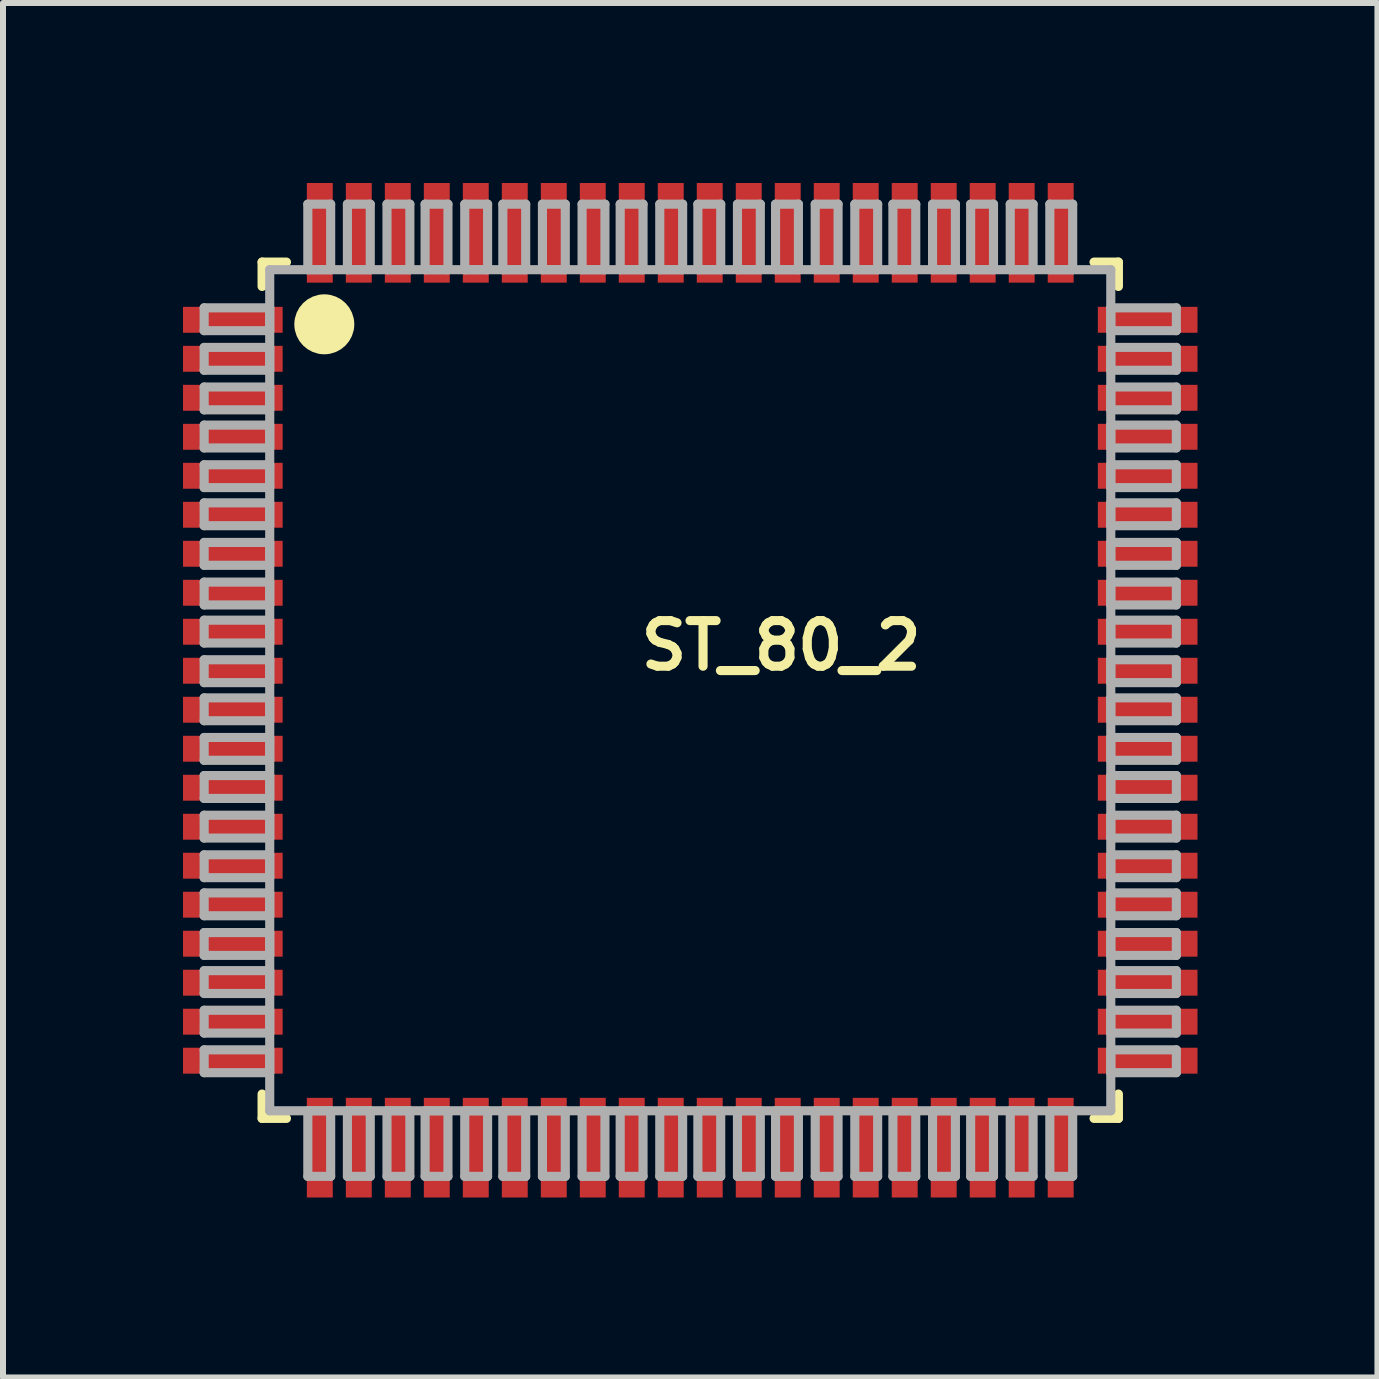
<source format=kicad_pcb>
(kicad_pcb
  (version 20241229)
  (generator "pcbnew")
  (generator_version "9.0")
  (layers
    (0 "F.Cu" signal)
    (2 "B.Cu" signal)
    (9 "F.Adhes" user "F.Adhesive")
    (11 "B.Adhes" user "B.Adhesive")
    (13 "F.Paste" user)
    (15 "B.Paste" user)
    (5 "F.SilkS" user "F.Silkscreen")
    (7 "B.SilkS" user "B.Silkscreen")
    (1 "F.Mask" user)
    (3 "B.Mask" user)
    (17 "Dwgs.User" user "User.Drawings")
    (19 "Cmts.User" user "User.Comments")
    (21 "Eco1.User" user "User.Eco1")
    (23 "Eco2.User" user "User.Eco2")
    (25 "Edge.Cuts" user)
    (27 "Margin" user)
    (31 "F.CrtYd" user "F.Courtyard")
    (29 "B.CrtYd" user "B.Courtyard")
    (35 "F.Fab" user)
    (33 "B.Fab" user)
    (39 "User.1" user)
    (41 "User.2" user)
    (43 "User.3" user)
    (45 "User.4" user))
  (footprint "ST_80_2"
    (layer "F.Cu")
    (at 8.456 8.456)
    (property "Reference" "ST_80_2" (at -0.9 -0.3 0) (layer "F.SilkS") (effects (font (size 0.76 0.76) (thickness 0.152)) (justify left bottom)))
    (attr through_hole)
    (fp_line (start -7.137 -7.137) (end -7.137 -6.731) (stroke (width 0.152) (type solid)) (layer "F.SilkS"))
    (fp_line (start -7.137 6.731) (end -7.137 7.137) (stroke (width 0.152) (type solid)) (layer "F.SilkS"))
    (fp_line (start -7.137 7.137) (end -6.731 7.137) (stroke (width 0.152) (type solid)) (layer "F.SilkS"))
    (fp_line (start -6.731 -7.137) (end -7.137 -7.137) (stroke (width 0.152) (type solid)) (layer "F.SilkS"))
    (fp_line (start 6.731 7.137) (end 7.137 7.137) (stroke (width 0.152) (type solid)) (layer "F.SilkS"))
    (fp_line (start 7.137 -7.137) (end 6.731 -7.137) (stroke (width 0.152) (type solid)) (layer "F.SilkS"))
    (fp_line (start 7.137 -6.731) (end 7.137 -7.137) (stroke (width 0.152) (type solid)) (layer "F.SilkS"))
    (fp_line (start 7.137 7.137) (end 7.137 6.731) (stroke (width 0.152) (type solid)) (layer "F.SilkS"))
    (fp_circle (center -6.1 -6.1) (end -5.85 -6.1) (stroke (width 0.5) (type solid)) (fill no) (layer "F.SilkS"))
    (fp_line (start -8.103 -6.375) (end -8.103 -5.994) (stroke (width 0.152) (type solid)) (layer "F.Fab"))
    (fp_line (start -8.103 -5.994) (end -7.01 -5.994) (stroke (width 0.152) (type solid)) (layer "F.Fab"))
    (fp_line (start -8.103 -5.715) (end -8.103 -5.334) (stroke (width 0.152) (type solid)) (layer "F.Fab"))
    (fp_line (start -8.103 -5.334) (end -7.01 -5.334) (stroke (width 0.152) (type solid)) (layer "F.Fab"))
    (fp_line (start -8.103 -5.055) (end -8.103 -4.674) (stroke (width 0.152) (type solid)) (layer "F.Fab"))
    (fp_line (start -8.103 -4.674) (end -7.01 -4.674) (stroke (width 0.152) (type solid)) (layer "F.Fab"))
    (fp_line (start -8.103 -4.42) (end -8.103 -4.039) (stroke (width 0.152) (type solid)) (layer "F.Fab"))
    (fp_line (start -8.103 -4.039) (end -7.01 -4.039) (stroke (width 0.152) (type solid)) (layer "F.Fab"))
    (fp_line (start -8.103 -3.759) (end -8.103 -3.378) (stroke (width 0.152) (type solid)) (layer "F.Fab"))
    (fp_line (start -8.103 -3.378) (end -7.01 -3.378) (stroke (width 0.152) (type solid)) (layer "F.Fab"))
    (fp_line (start -8.103 -3.124) (end -8.103 -2.743) (stroke (width 0.152) (type solid)) (layer "F.Fab"))
    (fp_line (start -8.103 -2.743) (end -7.01 -2.743) (stroke (width 0.152) (type solid)) (layer "F.Fab"))
    (fp_line (start -8.103 -2.464) (end -8.103 -2.083) (stroke (width 0.152) (type solid)) (layer "F.Fab"))
    (fp_line (start -8.103 -2.083) (end -7.01 -2.083) (stroke (width 0.152) (type solid)) (layer "F.Fab"))
    (fp_line (start -8.103 -1.803) (end -8.103 -1.422) (stroke (width 0.152) (type solid)) (layer "F.Fab"))
    (fp_line (start -8.103 -1.422) (end -7.01 -1.422) (stroke (width 0.152) (type solid)) (layer "F.Fab"))
    (fp_line (start -8.103 -1.168) (end -8.103 -0.787) (stroke (width 0.152) (type solid)) (layer "F.Fab"))
    (fp_line (start -8.103 -0.787) (end -7.01 -0.787) (stroke (width 0.152) (type solid)) (layer "F.Fab"))
    (fp_line (start -8.103 -0.508) (end -8.103 -0.127) (stroke (width 0.152) (type solid)) (layer "F.Fab"))
    (fp_line (start -8.103 -0.127) (end -7.01 -0.127) (stroke (width 0.152) (type solid)) (layer "F.Fab"))
    (fp_line (start -8.103 0.127) (end -8.103 0.508) (stroke (width 0.152) (type solid)) (layer "F.Fab"))
    (fp_line (start -8.103 0.508) (end -7.01 0.508) (stroke (width 0.152) (type solid)) (layer "F.Fab"))
    (fp_line (start -8.103 0.787) (end -8.103 1.168) (stroke (width 0.152) (type solid)) (layer "F.Fab"))
    (fp_line (start -8.103 1.168) (end -7.01 1.168) (stroke (width 0.152) (type solid)) (layer "F.Fab"))
    (fp_line (start -8.103 1.422) (end -8.103 1.803) (stroke (width 0.152) (type solid)) (layer "F.Fab"))
    (fp_line (start -8.103 1.803) (end -7.01 1.803) (stroke (width 0.152) (type solid)) (layer "F.Fab"))
    (fp_line (start -8.103 2.083) (end -8.103 2.464) (stroke (width 0.152) (type solid)) (layer "F.Fab"))
    (fp_line (start -8.103 2.464) (end -7.01 2.464) (stroke (width 0.152) (type solid)) (layer "F.Fab"))
    (fp_line (start -8.103 2.743) (end -8.103 3.124) (stroke (width 0.152) (type solid)) (layer "F.Fab"))
    (fp_line (start -8.103 3.124) (end -7.01 3.124) (stroke (width 0.152) (type solid)) (layer "F.Fab"))
    (fp_line (start -8.103 3.378) (end -8.103 3.759) (stroke (width 0.152) (type solid)) (layer "F.Fab"))
    (fp_line (start -8.103 3.759) (end -7.01 3.759) (stroke (width 0.152) (type solid)) (layer "F.Fab"))
    (fp_line (start -8.103 4.039) (end -8.103 4.42) (stroke (width 0.152) (type solid)) (layer "F.Fab"))
    (fp_line (start -8.103 4.42) (end -7.01 4.42) (stroke (width 0.152) (type solid)) (layer "F.Fab"))
    (fp_line (start -8.103 4.674) (end -8.103 5.055) (stroke (width 0.152) (type solid)) (layer "F.Fab"))
    (fp_line (start -8.103 5.055) (end -7.01 5.055) (stroke (width 0.152) (type solid)) (layer "F.Fab"))
    (fp_line (start -8.103 5.334) (end -8.103 5.715) (stroke (width 0.152) (type solid)) (layer "F.Fab"))
    (fp_line (start -8.103 5.715) (end -7.01 5.715) (stroke (width 0.152) (type solid)) (layer "F.Fab"))
    (fp_line (start -8.103 5.994) (end -8.103 6.375) (stroke (width 0.152) (type solid)) (layer "F.Fab"))
    (fp_line (start -8.103 6.375) (end -7.01 6.375) (stroke (width 0.152) (type solid)) (layer "F.Fab"))
    (fp_line (start -7.01 -7.01) (end -7.01 7.01) (stroke (width 0.152) (type solid)) (layer "F.Fab"))
    (fp_line (start -7.01 -6.375) (end -8.103 -6.375) (stroke (width 0.152) (type solid)) (layer "F.Fab"))
    (fp_line (start -7.01 -5.994) (end -7.01 -6.375) (stroke (width 0.152) (type solid)) (layer "F.Fab"))
    (fp_line (start -7.01 -5.715) (end -8.103 -5.715) (stroke (width 0.152) (type solid)) (layer "F.Fab"))
    (fp_line (start -7.01 -5.334) (end -7.01 -5.715) (stroke (width 0.152) (type solid)) (layer "F.Fab"))
    (fp_line (start -7.01 -5.055) (end -8.103 -5.055) (stroke (width 0.152) (type solid)) (layer "F.Fab"))
    (fp_line (start -7.01 -4.674) (end -7.01 -5.055) (stroke (width 0.152) (type solid)) (layer "F.Fab"))
    (fp_line (start -7.01 -4.42) (end -8.103 -4.42) (stroke (width 0.152) (type solid)) (layer "F.Fab"))
    (fp_line (start -7.01 -4.039) (end -7.01 -4.42) (stroke (width 0.152) (type solid)) (layer "F.Fab"))
    (fp_line (start -7.01 -3.759) (end -8.103 -3.759) (stroke (width 0.152) (type solid)) (layer "F.Fab"))
    (fp_line (start -7.01 -3.378) (end -7.01 -3.759) (stroke (width 0.152) (type solid)) (layer "F.Fab"))
    (fp_line (start -7.01 -3.124) (end -8.103 -3.124) (stroke (width 0.152) (type solid)) (layer "F.Fab"))
    (fp_line (start -7.01 -2.743) (end -7.01 -3.124) (stroke (width 0.152) (type solid)) (layer "F.Fab"))
    (fp_line (start -7.01 -2.464) (end -8.103 -2.464) (stroke (width 0.152) (type solid)) (layer "F.Fab"))
    (fp_line (start -7.01 -2.083) (end -7.01 -2.464) (stroke (width 0.152) (type solid)) (layer "F.Fab"))
    (fp_line (start -7.01 -1.803) (end -8.103 -1.803) (stroke (width 0.152) (type solid)) (layer "F.Fab"))
    (fp_line (start -7.01 -1.422) (end -7.01 -1.803) (stroke (width 0.152) (type solid)) (layer "F.Fab"))
    (fp_line (start -7.01 -1.168) (end -8.103 -1.168) (stroke (width 0.152) (type solid)) (layer "F.Fab"))
    (fp_line (start -7.01 -0.787) (end -7.01 -1.168) (stroke (width 0.152) (type solid)) (layer "F.Fab"))
    (fp_line (start -7.01 -0.508) (end -8.103 -0.508) (stroke (width 0.152) (type solid)) (layer "F.Fab"))
    (fp_line (start -7.01 -0.127) (end -7.01 -0.508) (stroke (width 0.152) (type solid)) (layer "F.Fab"))
    (fp_line (start -7.01 0.127) (end -8.103 0.127) (stroke (width 0.152) (type solid)) (layer "F.Fab"))
    (fp_line (start -7.01 0.508) (end -7.01 0.127) (stroke (width 0.152) (type solid)) (layer "F.Fab"))
    (fp_line (start -7.01 0.787) (end -8.103 0.787) (stroke (width 0.152) (type solid)) (layer "F.Fab"))
    (fp_line (start -7.01 1.168) (end -7.01 0.787) (stroke (width 0.152) (type solid)) (layer "F.Fab"))
    (fp_line (start -7.01 1.422) (end -8.103 1.422) (stroke (width 0.152) (type solid)) (layer "F.Fab"))
    (fp_line (start -7.01 1.803) (end -7.01 1.422) (stroke (width 0.152) (type solid)) (layer "F.Fab"))
    (fp_line (start -7.01 2.083) (end -8.103 2.083) (stroke (width 0.152) (type solid)) (layer "F.Fab"))
    (fp_line (start -7.01 2.464) (end -7.01 2.083) (stroke (width 0.152) (type solid)) (layer "F.Fab"))
    (fp_line (start -7.01 2.743) (end -8.103 2.743) (stroke (width 0.152) (type solid)) (layer "F.Fab"))
    (fp_line (start -7.01 3.124) (end -7.01 2.743) (stroke (width 0.152) (type solid)) (layer "F.Fab"))
    (fp_line (start -7.01 3.378) (end -8.103 3.378) (stroke (width 0.152) (type solid)) (layer "F.Fab"))
    (fp_line (start -7.01 3.759) (end -7.01 3.378) (stroke (width 0.152) (type solid)) (layer "F.Fab"))
    (fp_line (start -7.01 4.039) (end -8.103 4.039) (stroke (width 0.152) (type solid)) (layer "F.Fab"))
    (fp_line (start -7.01 4.42) (end -7.01 4.039) (stroke (width 0.152) (type solid)) (layer "F.Fab"))
    (fp_line (start -7.01 4.674) (end -8.103 4.674) (stroke (width 0.152) (type solid)) (layer "F.Fab"))
    (fp_line (start -7.01 5.055) (end -7.01 4.674) (stroke (width 0.152) (type solid)) (layer "F.Fab"))
    (fp_line (start -7.01 5.334) (end -8.103 5.334) (stroke (width 0.152) (type solid)) (layer "F.Fab"))
    (fp_line (start -7.01 5.715) (end -7.01 5.334) (stroke (width 0.152) (type solid)) (layer "F.Fab"))
    (fp_line (start -7.01 5.994) (end -8.103 5.994) (stroke (width 0.152) (type solid)) (layer "F.Fab"))
    (fp_line (start -7.01 6.375) (end -7.01 5.994) (stroke (width 0.152) (type solid)) (layer "F.Fab"))
    (fp_line (start -7.01 7.01) (end 7.01 7.01) (stroke (width 0.152) (type solid)) (layer "F.Fab"))
    (fp_line (start -6.375 -8.103) (end -6.375 -7.01) (stroke (width 0.152) (type solid)) (layer "F.Fab"))
    (fp_line (start -6.375 -7.01) (end -5.994 -7.01) (stroke (width 0.152) (type solid)) (layer "F.Fab"))
    (fp_line (start -6.375 7.01) (end -6.375 8.103) (stroke (width 0.152) (type solid)) (layer "F.Fab"))
    (fp_line (start -6.375 8.103) (end -5.994 8.103) (stroke (width 0.152) (type solid)) (layer "F.Fab"))
    (fp_line (start -5.994 -8.103) (end -6.375 -8.103) (stroke (width 0.152) (type solid)) (layer "F.Fab"))
    (fp_line (start -5.994 -7.01) (end -5.994 -8.103) (stroke (width 0.152) (type solid)) (layer "F.Fab"))
    (fp_line (start -5.994 7.01) (end -6.375 7.01) (stroke (width 0.152) (type solid)) (layer "F.Fab"))
    (fp_line (start -5.994 8.103) (end -5.994 7.01) (stroke (width 0.152) (type solid)) (layer "F.Fab"))
    (fp_line (start -5.715 -8.103) (end -5.715 -7.01) (stroke (width 0.152) (type solid)) (layer "F.Fab"))
    (fp_line (start -5.715 -7.01) (end -5.334 -7.01) (stroke (width 0.152) (type solid)) (layer "F.Fab"))
    (fp_line (start -5.715 7.01) (end -5.715 8.103) (stroke (width 0.152) (type solid)) (layer "F.Fab"))
    (fp_line (start -5.715 8.103) (end -5.334 8.103) (stroke (width 0.152) (type solid)) (layer "F.Fab"))
    (fp_line (start -5.334 -8.103) (end -5.715 -8.103) (stroke (width 0.152) (type solid)) (layer "F.Fab"))
    (fp_line (start -5.334 -7.01) (end -5.334 -8.103) (stroke (width 0.152) (type solid)) (layer "F.Fab"))
    (fp_line (start -5.334 7.01) (end -5.715 7.01) (stroke (width 0.152) (type solid)) (layer "F.Fab"))
    (fp_line (start -5.334 8.103) (end -5.334 7.01) (stroke (width 0.152) (type solid)) (layer "F.Fab"))
    (fp_line (start -5.055 -8.103) (end -5.055 -7.01) (stroke (width 0.152) (type solid)) (layer "F.Fab"))
    (fp_line (start -5.055 -7.01) (end -4.674 -7.01) (stroke (width 0.152) (type solid)) (layer "F.Fab"))
    (fp_line (start -5.055 7.01) (end -5.055 8.103) (stroke (width 0.152) (type solid)) (layer "F.Fab"))
    (fp_line (start -5.055 8.103) (end -4.674 8.103) (stroke (width 0.152) (type solid)) (layer "F.Fab"))
    (fp_line (start -4.674 -8.103) (end -5.055 -8.103) (stroke (width 0.152) (type solid)) (layer "F.Fab"))
    (fp_line (start -4.674 -7.01) (end -4.674 -8.103) (stroke (width 0.152) (type solid)) (layer "F.Fab"))
    (fp_line (start -4.674 7.01) (end -5.055 7.01) (stroke (width 0.152) (type solid)) (layer "F.Fab"))
    (fp_line (start -4.674 8.103) (end -4.674 7.01) (stroke (width 0.152) (type solid)) (layer "F.Fab"))
    (fp_line (start -4.42 -8.103) (end -4.42 -7.01) (stroke (width 0.152) (type solid)) (layer "F.Fab"))
    (fp_line (start -4.42 -7.01) (end -4.039 -7.01) (stroke (width 0.152) (type solid)) (layer "F.Fab"))
    (fp_line (start -4.42 7.01) (end -4.42 8.103) (stroke (width 0.152) (type solid)) (layer "F.Fab"))
    (fp_line (start -4.42 8.103) (end -4.039 8.103) (stroke (width 0.152) (type solid)) (layer "F.Fab"))
    (fp_line (start -4.039 -8.103) (end -4.42 -8.103) (stroke (width 0.152) (type solid)) (layer "F.Fab"))
    (fp_line (start -4.039 -7.01) (end -4.039 -8.103) (stroke (width 0.152) (type solid)) (layer "F.Fab"))
    (fp_line (start -4.039 7.01) (end -4.42 7.01) (stroke (width 0.152) (type solid)) (layer "F.Fab"))
    (fp_line (start -4.039 8.103) (end -4.039 7.01) (stroke (width 0.152) (type solid)) (layer "F.Fab"))
    (fp_line (start -3.759 -8.103) (end -3.759 -7.01) (stroke (width 0.152) (type solid)) (layer "F.Fab"))
    (fp_line (start -3.759 -7.01) (end -3.378 -7.01) (stroke (width 0.152) (type solid)) (layer "F.Fab"))
    (fp_line (start -3.759 7.01) (end -3.759 8.103) (stroke (width 0.152) (type solid)) (layer "F.Fab"))
    (fp_line (start -3.759 8.103) (end -3.378 8.103) (stroke (width 0.152) (type solid)) (layer "F.Fab"))
    (fp_line (start -3.378 -8.103) (end -3.759 -8.103) (stroke (width 0.152) (type solid)) (layer "F.Fab"))
    (fp_line (start -3.378 -7.01) (end -3.378 -8.103) (stroke (width 0.152) (type solid)) (layer "F.Fab"))
    (fp_line (start -3.378 7.01) (end -3.759 7.01) (stroke (width 0.152) (type solid)) (layer "F.Fab"))
    (fp_line (start -3.378 8.103) (end -3.378 7.01) (stroke (width 0.152) (type solid)) (layer "F.Fab"))
    (fp_line (start -3.124 -8.103) (end -3.124 -7.01) (stroke (width 0.152) (type solid)) (layer "F.Fab"))
    (fp_line (start -3.124 -7.01) (end -2.743 -7.01) (stroke (width 0.152) (type solid)) (layer "F.Fab"))
    (fp_line (start -3.124 7.01) (end -3.124 8.103) (stroke (width 0.152) (type solid)) (layer "F.Fab"))
    (fp_line (start -3.124 8.103) (end -2.743 8.103) (stroke (width 0.152) (type solid)) (layer "F.Fab"))
    (fp_line (start -2.743 -8.103) (end -3.124 -8.103) (stroke (width 0.152) (type solid)) (layer "F.Fab"))
    (fp_line (start -2.743 -7.01) (end -2.743 -8.103) (stroke (width 0.152) (type solid)) (layer "F.Fab"))
    (fp_line (start -2.743 7.01) (end -3.124 7.01) (stroke (width 0.152) (type solid)) (layer "F.Fab"))
    (fp_line (start -2.743 8.103) (end -2.743 7.01) (stroke (width 0.152) (type solid)) (layer "F.Fab"))
    (fp_line (start -2.464 -8.103) (end -2.464 -7.01) (stroke (width 0.152) (type solid)) (layer "F.Fab"))
    (fp_line (start -2.464 -7.01) (end -2.083 -7.01) (stroke (width 0.152) (type solid)) (layer "F.Fab"))
    (fp_line (start -2.464 7.01) (end -2.464 8.103) (stroke (width 0.152) (type solid)) (layer "F.Fab"))
    (fp_line (start -2.464 8.103) (end -2.083 8.103) (stroke (width 0.152) (type solid)) (layer "F.Fab"))
    (fp_line (start -2.083 -8.103) (end -2.464 -8.103) (stroke (width 0.152) (type solid)) (layer "F.Fab"))
    (fp_line (start -2.083 -7.01) (end -2.083 -8.103) (stroke (width 0.152) (type solid)) (layer "F.Fab"))
    (fp_line (start -2.083 7.01) (end -2.464 7.01) (stroke (width 0.152) (type solid)) (layer "F.Fab"))
    (fp_line (start -2.083 8.103) (end -2.083 7.01) (stroke (width 0.152) (type solid)) (layer "F.Fab"))
    (fp_line (start -1.803 -8.103) (end -1.803 -7.01) (stroke (width 0.152) (type solid)) (layer "F.Fab"))
    (fp_line (start -1.803 -7.01) (end -1.422 -7.01) (stroke (width 0.152) (type solid)) (layer "F.Fab"))
    (fp_line (start -1.803 7.01) (end -1.803 8.103) (stroke (width 0.152) (type solid)) (layer "F.Fab"))
    (fp_line (start -1.803 8.103) (end -1.422 8.103) (stroke (width 0.152) (type solid)) (layer "F.Fab"))
    (fp_line (start -1.422 -8.103) (end -1.803 -8.103) (stroke (width 0.152) (type solid)) (layer "F.Fab"))
    (fp_line (start -1.422 -7.01) (end -1.422 -8.103) (stroke (width 0.152) (type solid)) (layer "F.Fab"))
    (fp_line (start -1.422 7.01) (end -1.803 7.01) (stroke (width 0.152) (type solid)) (layer "F.Fab"))
    (fp_line (start -1.422 8.103) (end -1.422 7.01) (stroke (width 0.152) (type solid)) (layer "F.Fab"))
    (fp_line (start -1.168 -8.103) (end -1.168 -7.01) (stroke (width 0.152) (type solid)) (layer "F.Fab"))
    (fp_line (start -1.168 -7.01) (end -0.787 -7.01) (stroke (width 0.152) (type solid)) (layer "F.Fab"))
    (fp_line (start -1.168 7.01) (end -1.168 8.103) (stroke (width 0.152) (type solid)) (layer "F.Fab"))
    (fp_line (start -1.168 8.103) (end -0.787 8.103) (stroke (width 0.152) (type solid)) (layer "F.Fab"))
    (fp_line (start -0.787 -8.103) (end -1.168 -8.103) (stroke (width 0.152) (type solid)) (layer "F.Fab"))
    (fp_line (start -0.787 -7.01) (end -0.787 -8.103) (stroke (width 0.152) (type solid)) (layer "F.Fab"))
    (fp_line (start -0.787 7.01) (end -1.168 7.01) (stroke (width 0.152) (type solid)) (layer "F.Fab"))
    (fp_line (start -0.787 8.103) (end -0.787 7.01) (stroke (width 0.152) (type solid)) (layer "F.Fab"))
    (fp_line (start -0.508 -8.103) (end -0.508 -7.01) (stroke (width 0.152) (type solid)) (layer "F.Fab"))
    (fp_line (start -0.508 -7.01) (end -0.127 -7.01) (stroke (width 0.152) (type solid)) (layer "F.Fab"))
    (fp_line (start -0.508 7.01) (end -0.508 8.103) (stroke (width 0.152) (type solid)) (layer "F.Fab"))
    (fp_line (start -0.508 8.103) (end -0.127 8.103) (stroke (width 0.152) (type solid)) (layer "F.Fab"))
    (fp_line (start -0.127 -8.103) (end -0.508 -8.103) (stroke (width 0.152) (type solid)) (layer "F.Fab"))
    (fp_line (start -0.127 -7.01) (end -0.127 -8.103) (stroke (width 0.152) (type solid)) (layer "F.Fab"))
    (fp_line (start -0.127 7.01) (end -0.508 7.01) (stroke (width 0.152) (type solid)) (layer "F.Fab"))
    (fp_line (start -0.127 8.103) (end -0.127 7.01) (stroke (width 0.152) (type solid)) (layer "F.Fab"))
    (fp_line (start 0.127 -8.103) (end 0.127 -7.01) (stroke (width 0.152) (type solid)) (layer "F.Fab"))
    (fp_line (start 0.127 -7.01) (end 0.508 -7.01) (stroke (width 0.152) (type solid)) (layer "F.Fab"))
    (fp_line (start 0.127 7.01) (end 0.127 8.103) (stroke (width 0.152) (type solid)) (layer "F.Fab"))
    (fp_line (start 0.127 8.103) (end 0.508 8.103) (stroke (width 0.152) (type solid)) (layer "F.Fab"))
    (fp_line (start 0.508 -8.103) (end 0.127 -8.103) (stroke (width 0.152) (type solid)) (layer "F.Fab"))
    (fp_line (start 0.508 -7.01) (end 0.508 -8.103) (stroke (width 0.152) (type solid)) (layer "F.Fab"))
    (fp_line (start 0.508 7.01) (end 0.127 7.01) (stroke (width 0.152) (type solid)) (layer "F.Fab"))
    (fp_line (start 0.508 8.103) (end 0.508 7.01) (stroke (width 0.152) (type solid)) (layer "F.Fab"))
    (fp_line (start 0.787 -8.103) (end 0.787 -7.01) (stroke (width 0.152) (type solid)) (layer "F.Fab"))
    (fp_line (start 0.787 -7.01) (end 1.168 -7.01) (stroke (width 0.152) (type solid)) (layer "F.Fab"))
    (fp_line (start 0.787 7.01) (end 0.787 8.103) (stroke (width 0.152) (type solid)) (layer "F.Fab"))
    (fp_line (start 0.787 8.103) (end 1.168 8.103) (stroke (width 0.152) (type solid)) (layer "F.Fab"))
    (fp_line (start 1.168 -8.103) (end 0.787 -8.103) (stroke (width 0.152) (type solid)) (layer "F.Fab"))
    (fp_line (start 1.168 -7.01) (end 1.168 -8.103) (stroke (width 0.152) (type solid)) (layer "F.Fab"))
    (fp_line (start 1.168 7.01) (end 0.787 7.01) (stroke (width 0.152) (type solid)) (layer "F.Fab"))
    (fp_line (start 1.168 8.103) (end 1.168 7.01) (stroke (width 0.152) (type solid)) (layer "F.Fab"))
    (fp_line (start 1.422 -8.103) (end 1.422 -7.01) (stroke (width 0.152) (type solid)) (layer "F.Fab"))
    (fp_line (start 1.422 -7.01) (end 1.803 -7.01) (stroke (width 0.152) (type solid)) (layer "F.Fab"))
    (fp_line (start 1.422 7.01) (end 1.422 8.103) (stroke (width 0.152) (type solid)) (layer "F.Fab"))
    (fp_line (start 1.422 8.103) (end 1.803 8.103) (stroke (width 0.152) (type solid)) (layer "F.Fab"))
    (fp_line (start 1.803 -8.103) (end 1.422 -8.103) (stroke (width 0.152) (type solid)) (layer "F.Fab"))
    (fp_line (start 1.803 -7.01) (end 1.803 -8.103) (stroke (width 0.152) (type solid)) (layer "F.Fab"))
    (fp_line (start 1.803 7.01) (end 1.422 7.01) (stroke (width 0.152) (type solid)) (layer "F.Fab"))
    (fp_line (start 1.803 8.103) (end 1.803 7.01) (stroke (width 0.152) (type solid)) (layer "F.Fab"))
    (fp_line (start 2.083 -8.103) (end 2.083 -7.01) (stroke (width 0.152) (type solid)) (layer "F.Fab"))
    (fp_line (start 2.083 -7.01) (end 2.464 -7.01) (stroke (width 0.152) (type solid)) (layer "F.Fab"))
    (fp_line (start 2.083 7.01) (end 2.083 8.103) (stroke (width 0.152) (type solid)) (layer "F.Fab"))
    (fp_line (start 2.083 8.103) (end 2.464 8.103) (stroke (width 0.152) (type solid)) (layer "F.Fab"))
    (fp_line (start 2.464 -8.103) (end 2.083 -8.103) (stroke (width 0.152) (type solid)) (layer "F.Fab"))
    (fp_line (start 2.464 -7.01) (end 2.464 -8.103) (stroke (width 0.152) (type solid)) (layer "F.Fab"))
    (fp_line (start 2.464 7.01) (end 2.083 7.01) (stroke (width 0.152) (type solid)) (layer "F.Fab"))
    (fp_line (start 2.464 8.103) (end 2.464 7.01) (stroke (width 0.152) (type solid)) (layer "F.Fab"))
    (fp_line (start 2.743 -8.103) (end 2.743 -7.01) (stroke (width 0.152) (type solid)) (layer "F.Fab"))
    (fp_line (start 2.743 -7.01) (end 3.124 -7.01) (stroke (width 0.152) (type solid)) (layer "F.Fab"))
    (fp_line (start 2.743 7.01) (end 2.743 8.103) (stroke (width 0.152) (type solid)) (layer "F.Fab"))
    (fp_line (start 2.743 8.103) (end 3.124 8.103) (stroke (width 0.152) (type solid)) (layer "F.Fab"))
    (fp_line (start 3.124 -8.103) (end 2.743 -8.103) (stroke (width 0.152) (type solid)) (layer "F.Fab"))
    (fp_line (start 3.124 -7.01) (end 3.124 -8.103) (stroke (width 0.152) (type solid)) (layer "F.Fab"))
    (fp_line (start 3.124 7.01) (end 2.743 7.01) (stroke (width 0.152) (type solid)) (layer "F.Fab"))
    (fp_line (start 3.124 8.103) (end 3.124 7.01) (stroke (width 0.152) (type solid)) (layer "F.Fab"))
    (fp_line (start 3.378 -8.103) (end 3.378 -7.01) (stroke (width 0.152) (type solid)) (layer "F.Fab"))
    (fp_line (start 3.378 -7.01) (end 3.759 -7.01) (stroke (width 0.152) (type solid)) (layer "F.Fab"))
    (fp_line (start 3.378 7.01) (end 3.378 8.103) (stroke (width 0.152) (type solid)) (layer "F.Fab"))
    (fp_line (start 3.378 8.103) (end 3.759 8.103) (stroke (width 0.152) (type solid)) (layer "F.Fab"))
    (fp_line (start 3.759 -8.103) (end 3.378 -8.103) (stroke (width 0.152) (type solid)) (layer "F.Fab"))
    (fp_line (start 3.759 -7.01) (end 3.759 -8.103) (stroke (width 0.152) (type solid)) (layer "F.Fab"))
    (fp_line (start 3.759 7.01) (end 3.378 7.01) (stroke (width 0.152) (type solid)) (layer "F.Fab"))
    (fp_line (start 3.759 8.103) (end 3.759 7.01) (stroke (width 0.152) (type solid)) (layer "F.Fab"))
    (fp_line (start 4.039 -8.103) (end 4.039 -7.01) (stroke (width 0.152) (type solid)) (layer "F.Fab"))
    (fp_line (start 4.039 -7.01) (end 4.42 -7.01) (stroke (width 0.152) (type solid)) (layer "F.Fab"))
    (fp_line (start 4.039 7.01) (end 4.039 8.103) (stroke (width 0.152) (type solid)) (layer "F.Fab"))
    (fp_line (start 4.039 8.103) (end 4.42 8.103) (stroke (width 0.152) (type solid)) (layer "F.Fab"))
    (fp_line (start 4.42 -8.103) (end 4.039 -8.103) (stroke (width 0.152) (type solid)) (layer "F.Fab"))
    (fp_line (start 4.42 -7.01) (end 4.42 -8.103) (stroke (width 0.152) (type solid)) (layer "F.Fab"))
    (fp_line (start 4.42 7.01) (end 4.039 7.01) (stroke (width 0.152) (type solid)) (layer "F.Fab"))
    (fp_line (start 4.42 8.103) (end 4.42 7.01) (stroke (width 0.152) (type solid)) (layer "F.Fab"))
    (fp_line (start 4.674 -8.103) (end 4.674 -7.01) (stroke (width 0.152) (type solid)) (layer "F.Fab"))
    (fp_line (start 4.674 -7.01) (end 5.055 -7.01) (stroke (width 0.152) (type solid)) (layer "F.Fab"))
    (fp_line (start 4.674 7.01) (end 4.674 8.103) (stroke (width 0.152) (type solid)) (layer "F.Fab"))
    (fp_line (start 4.674 8.103) (end 5.055 8.103) (stroke (width 0.152) (type solid)) (layer "F.Fab"))
    (fp_line (start 5.055 -8.103) (end 4.674 -8.103) (stroke (width 0.152) (type solid)) (layer "F.Fab"))
    (fp_line (start 5.055 -7.01) (end 5.055 -8.103) (stroke (width 0.152) (type solid)) (layer "F.Fab"))
    (fp_line (start 5.055 7.01) (end 4.674 7.01) (stroke (width 0.152) (type solid)) (layer "F.Fab"))
    (fp_line (start 5.055 8.103) (end 5.055 7.01) (stroke (width 0.152) (type solid)) (layer "F.Fab"))
    (fp_line (start 5.334 -8.103) (end 5.334 -7.01) (stroke (width 0.152) (type solid)) (layer "F.Fab"))
    (fp_line (start 5.334 -7.01) (end 5.715 -7.01) (stroke (width 0.152) (type solid)) (layer "F.Fab"))
    (fp_line (start 5.334 7.01) (end 5.334 8.103) (stroke (width 0.152) (type solid)) (layer "F.Fab"))
    (fp_line (start 5.334 8.103) (end 5.715 8.103) (stroke (width 0.152) (type solid)) (layer "F.Fab"))
    (fp_line (start 5.715 -8.103) (end 5.334 -8.103) (stroke (width 0.152) (type solid)) (layer "F.Fab"))
    (fp_line (start 5.715 -7.01) (end 5.715 -8.103) (stroke (width 0.152) (type solid)) (layer "F.Fab"))
    (fp_line (start 5.715 7.01) (end 5.334 7.01) (stroke (width 0.152) (type solid)) (layer "F.Fab"))
    (fp_line (start 5.715 8.103) (end 5.715 7.01) (stroke (width 0.152) (type solid)) (layer "F.Fab"))
    (fp_line (start 5.994 -8.103) (end 5.994 -7.01) (stroke (width 0.152) (type solid)) (layer "F.Fab"))
    (fp_line (start 5.994 -7.01) (end 6.375 -7.01) (stroke (width 0.152) (type solid)) (layer "F.Fab"))
    (fp_line (start 5.994 7.01) (end 5.994 8.103) (stroke (width 0.152) (type solid)) (layer "F.Fab"))
    (fp_line (start 5.994 8.103) (end 6.375 8.103) (stroke (width 0.152) (type solid)) (layer "F.Fab"))
    (fp_line (start 6.375 -8.103) (end 5.994 -8.103) (stroke (width 0.152) (type solid)) (layer "F.Fab"))
    (fp_line (start 6.375 -7.01) (end 6.375 -8.103) (stroke (width 0.152) (type solid)) (layer "F.Fab"))
    (fp_line (start 6.375 7.01) (end 5.994 7.01) (stroke (width 0.152) (type solid)) (layer "F.Fab"))
    (fp_line (start 6.375 8.103) (end 6.375 7.01) (stroke (width 0.152) (type solid)) (layer "F.Fab"))
    (fp_line (start 7.01 -7.01) (end -7.01 -7.01) (stroke (width 0.152) (type solid)) (layer "F.Fab"))
    (fp_line (start 7.01 -6.375) (end 7.01 -5.994) (stroke (width 0.152) (type solid)) (layer "F.Fab"))
    (fp_line (start 7.01 -5.994) (end 8.103 -5.994) (stroke (width 0.152) (type solid)) (layer "F.Fab"))
    (fp_line (start 7.01 -5.715) (end 7.01 -5.334) (stroke (width 0.152) (type solid)) (layer "F.Fab"))
    (fp_line (start 7.01 -5.334) (end 8.103 -5.334) (stroke (width 0.152) (type solid)) (layer "F.Fab"))
    (fp_line (start 7.01 -5.055) (end 7.01 -4.674) (stroke (width 0.152) (type solid)) (layer "F.Fab"))
    (fp_line (start 7.01 -4.674) (end 8.103 -4.674) (stroke (width 0.152) (type solid)) (layer "F.Fab"))
    (fp_line (start 7.01 -4.42) (end 7.01 -4.039) (stroke (width 0.152) (type solid)) (layer "F.Fab"))
    (fp_line (start 7.01 -4.039) (end 8.103 -4.039) (stroke (width 0.152) (type solid)) (layer "F.Fab"))
    (fp_line (start 7.01 -3.759) (end 7.01 -3.378) (stroke (width 0.152) (type solid)) (layer "F.Fab"))
    (fp_line (start 7.01 -3.378) (end 8.103 -3.378) (stroke (width 0.152) (type solid)) (layer "F.Fab"))
    (fp_line (start 7.01 -3.124) (end 7.01 -2.743) (stroke (width 0.152) (type solid)) (layer "F.Fab"))
    (fp_line (start 7.01 -2.743) (end 8.103 -2.743) (stroke (width 0.152) (type solid)) (layer "F.Fab"))
    (fp_line (start 7.01 -2.464) (end 7.01 -2.083) (stroke (width 0.152) (type solid)) (layer "F.Fab"))
    (fp_line (start 7.01 -2.083) (end 8.103 -2.083) (stroke (width 0.152) (type solid)) (layer "F.Fab"))
    (fp_line (start 7.01 -1.803) (end 7.01 -1.422) (stroke (width 0.152) (type solid)) (layer "F.Fab"))
    (fp_line (start 7.01 -1.422) (end 8.103 -1.422) (stroke (width 0.152) (type solid)) (layer "F.Fab"))
    (fp_line (start 7.01 -1.168) (end 7.01 -0.787) (stroke (width 0.152) (type solid)) (layer "F.Fab"))
    (fp_line (start 7.01 -0.787) (end 8.103 -0.787) (stroke (width 0.152) (type solid)) (layer "F.Fab"))
    (fp_line (start 7.01 -0.508) (end 7.01 -0.127) (stroke (width 0.152) (type solid)) (layer "F.Fab"))
    (fp_line (start 7.01 -0.127) (end 8.103 -0.127) (stroke (width 0.152) (type solid)) (layer "F.Fab"))
    (fp_line (start 7.01 0.127) (end 7.01 0.508) (stroke (width 0.152) (type solid)) (layer "F.Fab"))
    (fp_line (start 7.01 0.508) (end 8.103 0.508) (stroke (width 0.152) (type solid)) (layer "F.Fab"))
    (fp_line (start 7.01 0.787) (end 7.01 1.168) (stroke (width 0.152) (type solid)) (layer "F.Fab"))
    (fp_line (start 7.01 1.168) (end 8.103 1.168) (stroke (width 0.152) (type solid)) (layer "F.Fab"))
    (fp_line (start 7.01 1.422) (end 7.01 1.803) (stroke (width 0.152) (type solid)) (layer "F.Fab"))
    (fp_line (start 7.01 1.803) (end 8.103 1.803) (stroke (width 0.152) (type solid)) (layer "F.Fab"))
    (fp_line (start 7.01 2.083) (end 7.01 2.464) (stroke (width 0.152) (type solid)) (layer "F.Fab"))
    (fp_line (start 7.01 2.464) (end 8.103 2.464) (stroke (width 0.152) (type solid)) (layer "F.Fab"))
    (fp_line (start 7.01 2.743) (end 7.01 3.124) (stroke (width 0.152) (type solid)) (layer "F.Fab"))
    (fp_line (start 7.01 3.124) (end 8.103 3.124) (stroke (width 0.152) (type solid)) (layer "F.Fab"))
    (fp_line (start 7.01 3.378) (end 7.01 3.759) (stroke (width 0.152) (type solid)) (layer "F.Fab"))
    (fp_line (start 7.01 3.759) (end 8.103 3.759) (stroke (width 0.152) (type solid)) (layer "F.Fab"))
    (fp_line (start 7.01 4.039) (end 7.01 4.42) (stroke (width 0.152) (type solid)) (layer "F.Fab"))
    (fp_line (start 7.01 4.42) (end 8.103 4.42) (stroke (width 0.152) (type solid)) (layer "F.Fab"))
    (fp_line (start 7.01 4.674) (end 7.01 5.055) (stroke (width 0.152) (type solid)) (layer "F.Fab"))
    (fp_line (start 7.01 5.055) (end 8.103 5.055) (stroke (width 0.152) (type solid)) (layer "F.Fab"))
    (fp_line (start 7.01 5.334) (end 7.01 5.715) (stroke (width 0.152) (type solid)) (layer "F.Fab"))
    (fp_line (start 7.01 5.715) (end 8.103 5.715) (stroke (width 0.152) (type solid)) (layer "F.Fab"))
    (fp_line (start 7.01 5.994) (end 7.01 6.375) (stroke (width 0.152) (type solid)) (layer "F.Fab"))
    (fp_line (start 7.01 6.375) (end 8.103 6.375) (stroke (width 0.152) (type solid)) (layer "F.Fab"))
    (fp_line (start 7.01 7.01) (end 7.01 -7.01) (stroke (width 0.152) (type solid)) (layer "F.Fab"))
    (fp_line (start 8.103 -6.375) (end 7.01 -6.375) (stroke (width 0.152) (type solid)) (layer "F.Fab"))
    (fp_line (start 8.103 -5.994) (end 8.103 -6.375) (stroke (width 0.152) (type solid)) (layer "F.Fab"))
    (fp_line (start 8.103 -5.715) (end 7.01 -5.715) (stroke (width 0.152) (type solid)) (layer "F.Fab"))
    (fp_line (start 8.103 -5.334) (end 8.103 -5.715) (stroke (width 0.152) (type solid)) (layer "F.Fab"))
    (fp_line (start 8.103 -5.055) (end 7.01 -5.055) (stroke (width 0.152) (type solid)) (layer "F.Fab"))
    (fp_line (start 8.103 -4.674) (end 8.103 -5.055) (stroke (width 0.152) (type solid)) (layer "F.Fab"))
    (fp_line (start 8.103 -4.42) (end 7.01 -4.42) (stroke (width 0.152) (type solid)) (layer "F.Fab"))
    (fp_line (start 8.103 -4.039) (end 8.103 -4.42) (stroke (width 0.152) (type solid)) (layer "F.Fab"))
    (fp_line (start 8.103 -3.759) (end 7.01 -3.759) (stroke (width 0.152) (type solid)) (layer "F.Fab"))
    (fp_line (start 8.103 -3.378) (end 8.103 -3.759) (stroke (width 0.152) (type solid)) (layer "F.Fab"))
    (fp_line (start 8.103 -3.124) (end 7.01 -3.124) (stroke (width 0.152) (type solid)) (layer "F.Fab"))
    (fp_line (start 8.103 -2.743) (end 8.103 -3.124) (stroke (width 0.152) (type solid)) (layer "F.Fab"))
    (fp_line (start 8.103 -2.464) (end 7.01 -2.464) (stroke (width 0.152) (type solid)) (layer "F.Fab"))
    (fp_line (start 8.103 -2.083) (end 8.103 -2.464) (stroke (width 0.152) (type solid)) (layer "F.Fab"))
    (fp_line (start 8.103 -1.803) (end 7.01 -1.803) (stroke (width 0.152) (type solid)) (layer "F.Fab"))
    (fp_line (start 8.103 -1.422) (end 8.103 -1.803) (stroke (width 0.152) (type solid)) (layer "F.Fab"))
    (fp_line (start 8.103 -1.168) (end 7.01 -1.168) (stroke (width 0.152) (type solid)) (layer "F.Fab"))
    (fp_line (start 8.103 -0.787) (end 8.103 -1.168) (stroke (width 0.152) (type solid)) (layer "F.Fab"))
    (fp_line (start 8.103 -0.508) (end 7.01 -0.508) (stroke (width 0.152) (type solid)) (layer "F.Fab"))
    (fp_line (start 8.103 -0.127) (end 8.103 -0.508) (stroke (width 0.152) (type solid)) (layer "F.Fab"))
    (fp_line (start 8.103 0.127) (end 7.01 0.127) (stroke (width 0.152) (type solid)) (layer "F.Fab"))
    (fp_line (start 8.103 0.508) (end 8.103 0.127) (stroke (width 0.152) (type solid)) (layer "F.Fab"))
    (fp_line (start 8.103 0.787) (end 7.01 0.787) (stroke (width 0.152) (type solid)) (layer "F.Fab"))
    (fp_line (start 8.103 1.168) (end 8.103 0.787) (stroke (width 0.152) (type solid)) (layer "F.Fab"))
    (fp_line (start 8.103 1.422) (end 7.01 1.422) (stroke (width 0.152) (type solid)) (layer "F.Fab"))
    (fp_line (start 8.103 1.803) (end 8.103 1.422) (stroke (width 0.152) (type solid)) (layer "F.Fab"))
    (fp_line (start 8.103 2.083) (end 7.01 2.083) (stroke (width 0.152) (type solid)) (layer "F.Fab"))
    (fp_line (start 8.103 2.464) (end 8.103 2.083) (stroke (width 0.152) (type solid)) (layer "F.Fab"))
    (fp_line (start 8.103 2.743) (end 7.01 2.743) (stroke (width 0.152) (type solid)) (layer "F.Fab"))
    (fp_line (start 8.103 3.124) (end 8.103 2.743) (stroke (width 0.152) (type solid)) (layer "F.Fab"))
    (fp_line (start 8.103 3.378) (end 7.01 3.378) (stroke (width 0.152) (type solid)) (layer "F.Fab"))
    (fp_line (start 8.103 3.759) (end 8.103 3.378) (stroke (width 0.152) (type solid)) (layer "F.Fab"))
    (fp_line (start 8.103 4.039) (end 7.01 4.039) (stroke (width 0.152) (type solid)) (layer "F.Fab"))
    (fp_line (start 8.103 4.42) (end 8.103 4.039) (stroke (width 0.152) (type solid)) (layer "F.Fab"))
    (fp_line (start 8.103 4.674) (end 7.01 4.674) (stroke (width 0.152) (type solid)) (layer "F.Fab"))
    (fp_line (start 8.103 5.055) (end 8.103 4.674) (stroke (width 0.152) (type solid)) (layer "F.Fab"))
    (fp_line (start 8.103 5.334) (end 7.01 5.334) (stroke (width 0.152) (type solid)) (layer "F.Fab"))
    (fp_line (start 8.103 5.715) (end 8.103 5.334) (stroke (width 0.152) (type solid)) (layer "F.Fab"))
    (fp_line (start 8.103 5.994) (end 7.01 5.994) (stroke (width 0.152) (type solid)) (layer "F.Fab"))
    (fp_line (start 8.103 6.375) (end 8.103 5.994) (stroke (width 0.152) (type solid)) (layer "F.Fab"))
    (pad "1" smd rect (at -7.625 -6.175 270) (size 0.432 1.661) (layers "F.Cu" "F.Mask" "F.Paste"))
    (pad "2" smd rect (at -7.625 -5.525 270) (size 0.432 1.661) (layers "F.Cu" "F.Mask" "F.Paste"))
    (pad "3" smd rect (at -7.625 -4.875 270) (size 0.432 1.661) (layers "F.Cu" "F.Mask" "F.Paste"))
    (pad "4" smd rect (at -7.625 -4.225 270) (size 0.432 1.661) (layers "F.Cu" "F.Mask" "F.Paste"))
    (pad "5" smd rect (at -7.625 -3.575 270) (size 0.432 1.661) (layers "F.Cu" "F.Mask" "F.Paste"))
    (pad "6" smd rect (at -7.625 -2.925 270) (size 0.432 1.661) (layers "F.Cu" "F.Mask" "F.Paste"))
    (pad "7" smd rect (at -7.625 -2.275 270) (size 0.432 1.661) (layers "F.Cu" "F.Mask" "F.Paste"))
    (pad "8" smd rect (at -7.625 -1.625 270) (size 0.432 1.661) (layers "F.Cu" "F.Mask" "F.Paste"))
    (pad "9" smd rect (at -7.625 -0.975 270) (size 0.432 1.661) (layers "F.Cu" "F.Mask" "F.Paste"))
    (pad "10" smd rect (at -7.625 -0.325 270) (size 0.432 1.661) (layers "F.Cu" "F.Mask" "F.Paste"))
    (pad "11" smd rect (at -7.625 0.325 270) (size 0.432 1.661) (layers "F.Cu" "F.Mask" "F.Paste"))
    (pad "12" smd rect (at -7.625 0.975 270) (size 0.432 1.661) (layers "F.Cu" "F.Mask" "F.Paste"))
    (pad "13" smd rect (at -7.625 1.625 270) (size 0.432 1.661) (layers "F.Cu" "F.Mask" "F.Paste"))
    (pad "14" smd rect (at -7.625 2.275 270) (size 0.432 1.661) (layers "F.Cu" "F.Mask" "F.Paste"))
    (pad "15" smd rect (at -7.625 2.925 270) (size 0.432 1.661) (layers "F.Cu" "F.Mask" "F.Paste"))
    (pad "16" smd rect (at -7.625 3.575 270) (size 0.432 1.661) (layers "F.Cu" "F.Mask" "F.Paste"))
    (pad "17" smd rect (at -7.625 4.225 270) (size 0.432 1.661) (layers "F.Cu" "F.Mask" "F.Paste"))
    (pad "18" smd rect (at -7.625 4.875 270) (size 0.432 1.661) (layers "F.Cu" "F.Mask" "F.Paste"))
    (pad "19" smd rect (at -7.625 5.525 270) (size 0.432 1.661) (layers "F.Cu" "F.Mask" "F.Paste"))
    (pad "20" smd rect (at -7.625 6.175 270) (size 0.432 1.661) (layers "F.Cu" "F.Mask" "F.Paste"))
    (pad "21" smd rect (at -6.175 7.625 180) (size 0.432 1.661) (layers "F.Cu" "F.Mask" "F.Paste"))
    (pad "22" smd rect (at -5.525 7.625 180) (size 0.432 1.661) (layers "F.Cu" "F.Mask" "F.Paste"))
    (pad "23" smd rect (at -4.875 7.625 180) (size 0.432 1.661) (layers "F.Cu" "F.Mask" "F.Paste"))
    (pad "24" smd rect (at -4.225 7.625 180) (size 0.432 1.661) (layers "F.Cu" "F.Mask" "F.Paste"))
    (pad "25" smd rect (at -3.575 7.625 180) (size 0.432 1.661) (layers "F.Cu" "F.Mask" "F.Paste"))
    (pad "26" smd rect (at -2.925 7.625 180) (size 0.432 1.661) (layers "F.Cu" "F.Mask" "F.Paste"))
    (pad "27" smd rect (at -2.275 7.625 180) (size 0.432 1.661) (layers "F.Cu" "F.Mask" "F.Paste"))
    (pad "28" smd rect (at -1.625 7.625 180) (size 0.432 1.661) (layers "F.Cu" "F.Mask" "F.Paste"))
    (pad "29" smd rect (at -0.975 7.625 180) (size 0.432 1.661) (layers "F.Cu" "F.Mask" "F.Paste"))
    (pad "30" smd rect (at -0.325 7.625 180) (size 0.432 1.661) (layers "F.Cu" "F.Mask" "F.Paste"))
    (pad "31" smd rect (at 0.325 7.625 180) (size 0.432 1.661) (layers "F.Cu" "F.Mask" "F.Paste"))
    (pad "32" smd rect (at 0.975 7.625 180) (size 0.432 1.661) (layers "F.Cu" "F.Mask" "F.Paste"))
    (pad "33" smd rect (at 1.625 7.625 180) (size 0.432 1.661) (layers "F.Cu" "F.Mask" "F.Paste"))
    (pad "34" smd rect (at 2.275 7.625 180) (size 0.432 1.661) (layers "F.Cu" "F.Mask" "F.Paste"))
    (pad "35" smd rect (at 2.925 7.625 180) (size 0.432 1.661) (layers "F.Cu" "F.Mask" "F.Paste"))
    (pad "36" smd rect (at 3.575 7.625 180) (size 0.432 1.661) (layers "F.Cu" "F.Mask" "F.Paste"))
    (pad "37" smd rect (at 4.225 7.625 180) (size 0.432 1.661) (layers "F.Cu" "F.Mask" "F.Paste"))
    (pad "38" smd rect (at 4.875 7.625 180) (size 0.432 1.661) (layers "F.Cu" "F.Mask" "F.Paste"))
    (pad "39" smd rect (at 5.525 7.625 180) (size 0.432 1.661) (layers "F.Cu" "F.Mask" "F.Paste"))
    (pad "40" smd rect (at 6.175 7.625 180) (size 0.432 1.661) (layers "F.Cu" "F.Mask" "F.Paste"))
    (pad "41" smd rect (at 7.625 6.175 270) (size 0.432 1.661) (layers "F.Cu" "F.Mask" "F.Paste"))
    (pad "42" smd rect (at 7.625 5.525 270) (size 0.432 1.661) (layers "F.Cu" "F.Mask" "F.Paste"))
    (pad "43" smd rect (at 7.625 4.875 270) (size 0.432 1.661) (layers "F.Cu" "F.Mask" "F.Paste"))
    (pad "44" smd rect (at 7.625 4.225 270) (size 0.432 1.661) (layers "F.Cu" "F.Mask" "F.Paste"))
    (pad "45" smd rect (at 7.625 3.575 270) (size 0.432 1.661) (layers "F.Cu" "F.Mask" "F.Paste"))
    (pad "46" smd rect (at 7.625 2.925 270) (size 0.432 1.661) (layers "F.Cu" "F.Mask" "F.Paste"))
    (pad "47" smd rect (at 7.625 2.275 270) (size 0.432 1.661) (layers "F.Cu" "F.Mask" "F.Paste"))
    (pad "48" smd rect (at 7.625 1.625 270) (size 0.432 1.661) (layers "F.Cu" "F.Mask" "F.Paste"))
    (pad "49" smd rect (at 7.625 0.975 270) (size 0.432 1.661) (layers "F.Cu" "F.Mask" "F.Paste"))
    (pad "50" smd rect (at 7.625 0.325 270) (size 0.432 1.661) (layers "F.Cu" "F.Mask" "F.Paste"))
    (pad "51" smd rect (at 7.625 -0.325 270) (size 0.432 1.661) (layers "F.Cu" "F.Mask" "F.Paste"))
    (pad "52" smd rect (at 7.625 -0.975 270) (size 0.432 1.661) (layers "F.Cu" "F.Mask" "F.Paste"))
    (pad "53" smd rect (at 7.625 -1.625 270) (size 0.432 1.661) (layers "F.Cu" "F.Mask" "F.Paste"))
    (pad "54" smd rect (at 7.625 -2.275 270) (size 0.432 1.661) (layers "F.Cu" "F.Mask" "F.Paste"))
    (pad "55" smd rect (at 7.625 -2.925 270) (size 0.432 1.661) (layers "F.Cu" "F.Mask" "F.Paste"))
    (pad "56" smd rect (at 7.625 -3.575 270) (size 0.432 1.661) (layers "F.Cu" "F.Mask" "F.Paste"))
    (pad "57" smd rect (at 7.625 -4.225 270) (size 0.432 1.661) (layers "F.Cu" "F.Mask" "F.Paste"))
    (pad "58" smd rect (at 7.625 -4.875 270) (size 0.432 1.661) (layers "F.Cu" "F.Mask" "F.Paste"))
    (pad "59" smd rect (at 7.625 -5.525 270) (size 0.432 1.661) (layers "F.Cu" "F.Mask" "F.Paste"))
    (pad "60" smd rect (at 7.625 -6.175 270) (size 0.432 1.661) (layers "F.Cu" "F.Mask" "F.Paste"))
    (pad "61" smd rect (at 6.175 -7.625 180) (size 0.432 1.661) (layers "F.Cu" "F.Mask" "F.Paste"))
    (pad "62" smd rect (at 5.525 -7.625 180) (size 0.432 1.661) (layers "F.Cu" "F.Mask" "F.Paste"))
    (pad "63" smd rect (at 4.875 -7.625 180) (size 0.432 1.661) (layers "F.Cu" "F.Mask" "F.Paste"))
    (pad "64" smd rect (at 4.225 -7.625 180) (size 0.432 1.661) (layers "F.Cu" "F.Mask" "F.Paste"))
    (pad "65" smd rect (at 3.575 -7.625 180) (size 0.432 1.661) (layers "F.Cu" "F.Mask" "F.Paste"))
    (pad "66" smd rect (at 2.925 -7.625 180) (size 0.432 1.661) (layers "F.Cu" "F.Mask" "F.Paste"))
    (pad "67" smd rect (at 2.275 -7.625 180) (size 0.432 1.661) (layers "F.Cu" "F.Mask" "F.Paste"))
    (pad "68" smd rect (at 1.625 -7.625 180) (size 0.432 1.661) (layers "F.Cu" "F.Mask" "F.Paste"))
    (pad "69" smd rect (at 0.975 -7.625 180) (size 0.432 1.661) (layers "F.Cu" "F.Mask" "F.Paste"))
    (pad "70" smd rect (at 0.325 -7.625 180) (size 0.432 1.661) (layers "F.Cu" "F.Mask" "F.Paste"))
    (pad "71" smd rect (at -0.325 -7.625 180) (size 0.432 1.661) (layers "F.Cu" "F.Mask" "F.Paste"))
    (pad "72" smd rect (at -0.975 -7.625 180) (size 0.432 1.661) (layers "F.Cu" "F.Mask" "F.Paste"))
    (pad "73" smd rect (at -1.625 -7.625 180) (size 0.432 1.661) (layers "F.Cu" "F.Mask" "F.Paste"))
    (pad "74" smd rect (at -2.275 -7.625 180) (size 0.432 1.661) (layers "F.Cu" "F.Mask" "F.Paste"))
    (pad "75" smd rect (at -2.925 -7.625 180) (size 0.432 1.661) (layers "F.Cu" "F.Mask" "F.Paste"))
    (pad "76" smd rect (at -3.575 -7.625 180) (size 0.432 1.661) (layers "F.Cu" "F.Mask" "F.Paste"))
    (pad "77" smd rect (at -4.225 -7.625 180) (size 0.432 1.661) (layers "F.Cu" "F.Mask" "F.Paste"))
    (pad "78" smd rect (at -4.875 -7.625 180) (size 0.432 1.661) (layers "F.Cu" "F.Mask" "F.Paste"))
    (pad "79" smd rect (at -5.525 -7.625 180) (size 0.432 1.661) (layers "F.Cu" "F.Mask" "F.Paste"))
    (pad "80" smd rect (at -6.175 -7.625 180) (size 0.432 1.661) (layers "F.Cu" "F.Mask" "F.Paste")))
  (gr_rect
    (start -3 -3)
    (end 19.911 19.911)
    (stroke (width 0.1) (type default))
    (fill no)
    (layer "Edge.Cuts")))
</source>
